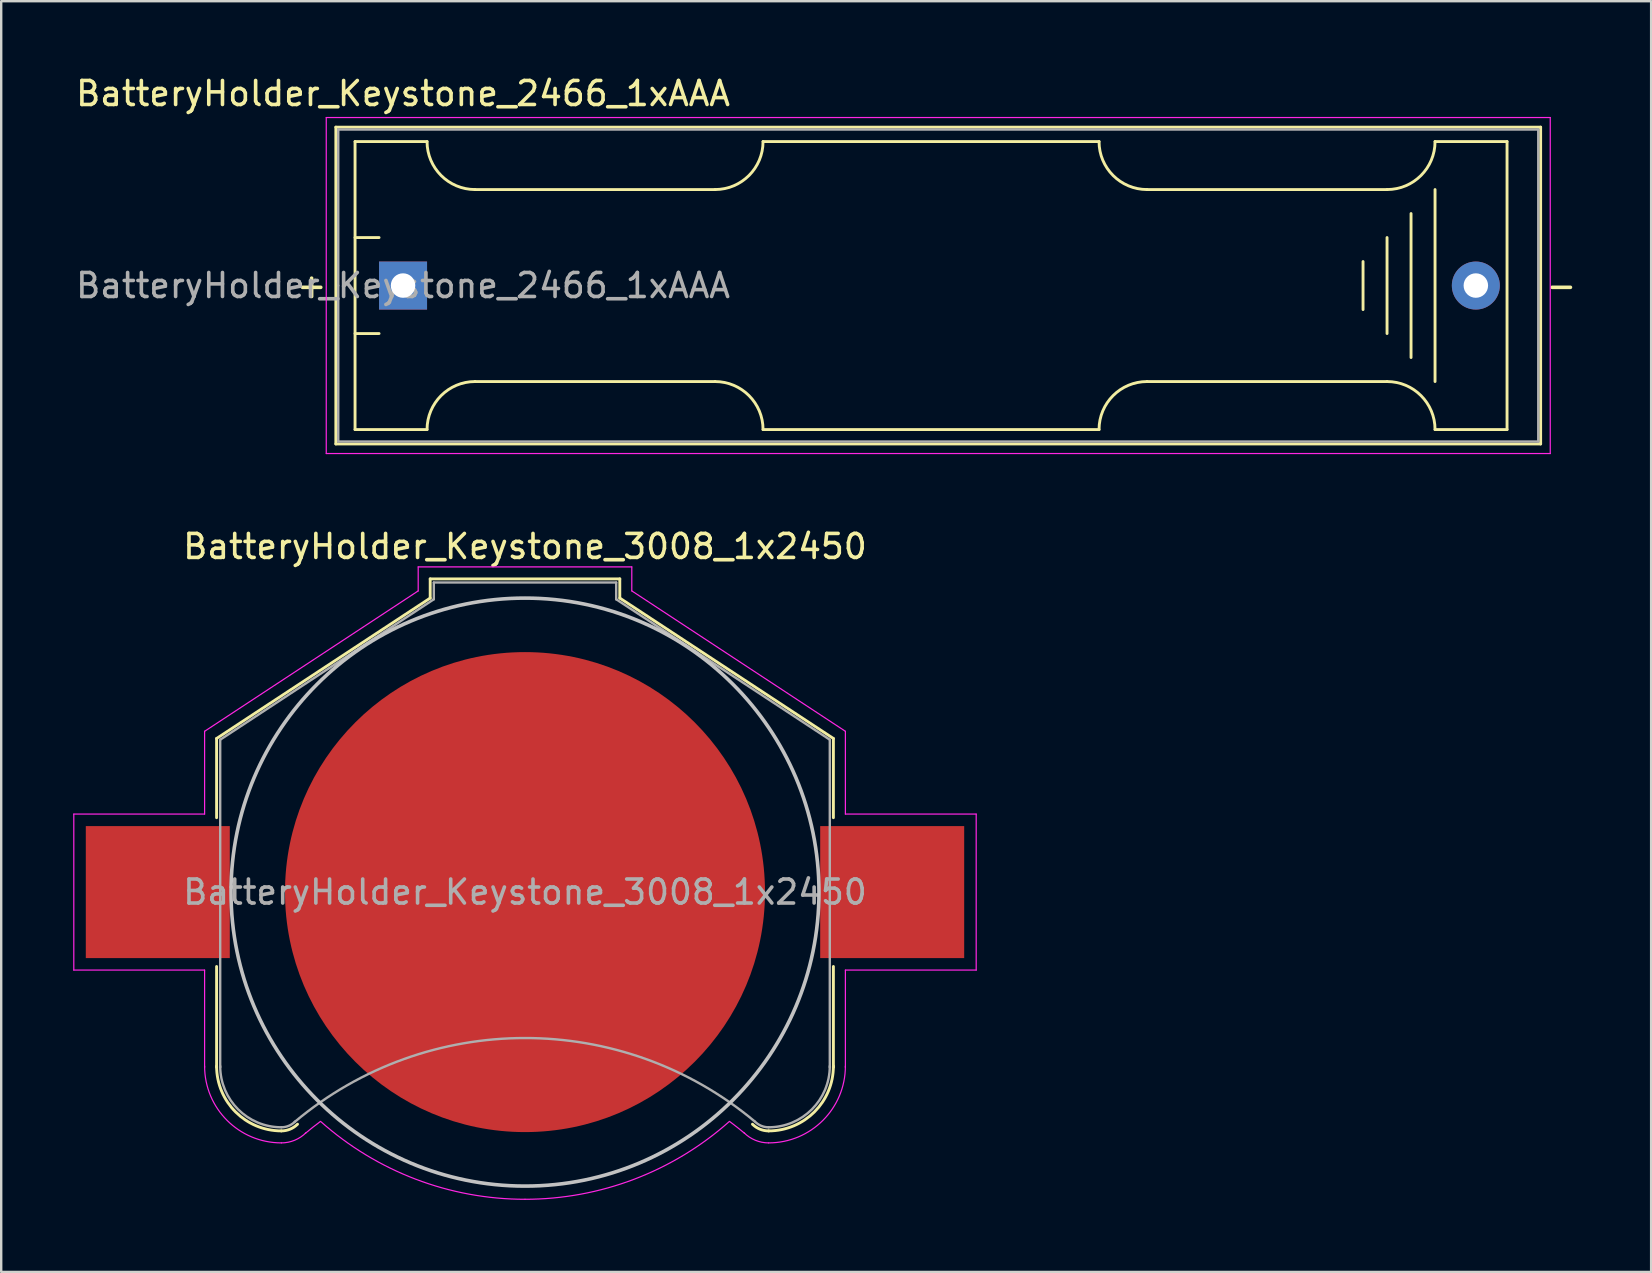
<source format=kicad_pcb>
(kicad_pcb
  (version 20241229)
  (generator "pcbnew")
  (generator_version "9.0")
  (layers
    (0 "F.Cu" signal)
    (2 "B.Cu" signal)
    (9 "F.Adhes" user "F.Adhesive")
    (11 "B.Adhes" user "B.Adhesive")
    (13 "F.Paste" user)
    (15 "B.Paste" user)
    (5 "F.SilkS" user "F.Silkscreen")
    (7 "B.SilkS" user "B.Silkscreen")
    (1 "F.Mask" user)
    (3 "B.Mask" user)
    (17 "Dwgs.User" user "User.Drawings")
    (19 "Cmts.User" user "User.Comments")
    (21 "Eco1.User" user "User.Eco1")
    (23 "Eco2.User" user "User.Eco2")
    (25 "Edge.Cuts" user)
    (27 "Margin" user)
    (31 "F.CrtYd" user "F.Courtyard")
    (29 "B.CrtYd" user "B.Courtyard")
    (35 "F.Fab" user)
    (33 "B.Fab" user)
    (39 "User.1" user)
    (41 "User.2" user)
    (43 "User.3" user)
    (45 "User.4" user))
  (footprint "BatteryHolder_Keystone_3008_1x2450"
    (layer "F.Cu")
    (at 18.825 34.121)
    (property "Reference" "BatteryHolder_Keystone_3008_1x2450" (at 0 -14.4 0) (layer "F.SilkS") (effects (font (size 1 1) (thickness 0.15))))
    (attr smd)
    (fp_line (start -12.85 -6.4) (end -12.85 -3.1) (stroke (width 0.12) (type solid)) (layer "F.SilkS"))
    (fp_line (start -12.85 3.1) (end -12.85 7.3) (stroke (width 0.12) (type solid)) (layer "F.SilkS"))
    (fp_line (start -3.95 -13.05) (end -3.95 -12.25) (stroke (width 0.12) (type solid)) (layer "F.SilkS"))
    (fp_line (start -3.95 -13.05) (end 3.95 -13.05) (stroke (width 0.12) (type solid)) (layer "F.SilkS"))
    (fp_line (start -3.95 -12.25) (end -12.85 -6.4) (stroke (width 0.12) (type solid)) (layer "F.SilkS"))
    (fp_line (start 3.95 -13.05) (end 3.95 -12.25) (stroke (width 0.12) (type solid)) (layer "F.SilkS"))
    (fp_line (start 3.95 -12.25) (end 12.85 -6.4) (stroke (width 0.12) (type solid)) (layer "F.SilkS"))
    (fp_line (start 12.85 -6.4) (end 12.85 -3.1) (stroke (width 0.12) (type solid)) (layer "F.SilkS"))
    (fp_line (start 12.85 3.1) (end 12.85 7.3) (stroke (width 0.12) (type solid)) (layer "F.SilkS"))
    (fp_arc (start -10.15 9.95) (mid -12.059188 9.159188) (end -12.85 7.25) (stroke (width 0.12) (type solid)) (layer "F.SilkS"))
    (fp_arc (start -9.478249 9.671751) (mid -9.786451 9.877685) (end -10.15 9.95) (stroke (width 0.12) (type solid)) (layer "F.SilkS"))
    (fp_arc (start 10.15 9.95) (mid 9.786451 9.877686) (end 9.478249 9.671751) (stroke (width 0.12) (type solid)) (layer "F.SilkS"))
    (fp_arc (start 12.85 7.25) (mid 12.059188 9.159188) (end 10.15 9.95) (stroke (width 0.12) (type solid)) (layer "F.SilkS"))
    (fp_circle (center 0 0) (end 12.25 0) (stroke (width 0.15) (type solid)) (fill no) (layer "Dwgs.User"))
    (fp_line (start -18.8 -3.25) (end -18.8 3.25) (stroke (width 0.05) (type solid)) (layer "F.CrtYd"))
    (fp_line (start -18.8 3.25) (end -13.35 3.25) (stroke (width 0.05) (type solid)) (layer "F.CrtYd"))
    (fp_line (start -13.35 -6.7) (end -13.35 -3.25) (stroke (width 0.05) (type solid)) (layer "F.CrtYd"))
    (fp_line (start -13.35 -3.25) (end -18.8 -3.25) (stroke (width 0.05) (type solid)) (layer "F.CrtYd"))
    (fp_line (start -13.35 3.25) (end -13.35 7.3) (stroke (width 0.05) (type solid)) (layer "F.CrtYd"))
    (fp_line (start -4.45 -13.55) (end -4.45 -12.55) (stroke (width 0.05) (type solid)) (layer "F.CrtYd"))
    (fp_line (start -4.45 -13.55) (end 4.45 -13.55) (stroke (width 0.05) (type solid)) (layer "F.CrtYd"))
    (fp_line (start -4.45 -12.55) (end -13.35 -6.7) (stroke (width 0.05) (type solid)) (layer "F.CrtYd"))
    (fp_line (start 4.45 -13.55) (end 4.45 -12.55) (stroke (width 0.05) (type solid)) (layer "F.CrtYd"))
    (fp_line (start 4.45 -12.55) (end 13.35 -6.7) (stroke (width 0.05) (type solid)) (layer "F.CrtYd"))
    (fp_line (start 13.35 -6.7) (end 13.35 -3.25) (stroke (width 0.05) (type solid)) (layer "F.CrtYd"))
    (fp_line (start 13.35 -3.25) (end 18.8 -3.25) (stroke (width 0.05) (type solid)) (layer "F.CrtYd"))
    (fp_line (start 13.35 3.25) (end 13.35 7.3) (stroke (width 0.05) (type solid)) (layer "F.CrtYd"))
    (fp_line (start 18.8 -3.25) (end 18.8 3.25) (stroke (width 0.05) (type solid)) (layer "F.CrtYd"))
    (fp_line (start 18.8 3.25) (end 13.35 3.25) (stroke (width 0.05) (type solid)) (layer "F.CrtYd"))
    (fp_arc (start -10.15 10.45) (mid -12.412742 9.512742) (end -13.35 7.25) (stroke (width 0.05) (type solid)) (layer "F.CrtYd"))
    (fp_arc (start -9.15 10.05) (mid -8.840691 9.798786) (end -8.524488 9.556307) (stroke (width 0.05) (type solid)) (layer "F.CrtYd"))
    (fp_arc (start -9.124695 10.025305) (mid -9.595109 10.339626) (end -10.15 10.45) (stroke (width 0.05) (type solid)) (layer "F.CrtYd"))
    (fp_arc (start 0 12.8) (mid -4.55581 11.961797) (end -8.514949 9.556969) (stroke (width 0.05) (type solid)) (layer "F.CrtYd"))
    (fp_arc (start 8.514949 9.556969) (mid 4.55581 11.961798) (end 0 12.8) (stroke (width 0.05) (type solid)) (layer "F.CrtYd"))
    (fp_arc (start 8.524488 9.556307) (mid 8.840691 9.798786) (end 9.15 10.05) (stroke (width 0.05) (type solid)) (layer "F.CrtYd"))
    (fp_arc (start 10.15 10.45) (mid 9.595109 10.339625) (end 9.124695 10.025305) (stroke (width 0.05) (type solid)) (layer "F.CrtYd"))
    (fp_arc (start 13.35 7.25) (mid 12.412742 9.512742) (end 10.15 10.45) (stroke (width 0.05) (type solid)) (layer "F.CrtYd"))
    (fp_line (start -12.7 -6.35) (end -12.7 7.3) (stroke (width 0.1) (type solid)) (layer "F.Fab"))
    (fp_line (start -3.8 -12.9) (end -3.8 -12.2) (stroke (width 0.1) (type solid)) (layer "F.Fab"))
    (fp_line (start -3.8 -12.9) (end 3.8 -12.9) (stroke (width 0.1) (type solid)) (layer "F.Fab"))
    (fp_line (start -3.8 -12.2) (end -12.7 -6.35) (stroke (width 0.1) (type solid)) (layer "F.Fab"))
    (fp_line (start 3.8 -12.9) (end 3.8 -12.2) (stroke (width 0.1) (type solid)) (layer "F.Fab"))
    (fp_line (start 3.8 -12.2) (end 12.7 -6.35) (stroke (width 0.1) (type solid)) (layer "F.Fab"))
    (fp_line (start 12.7 -6.35) (end 12.7 7.3) (stroke (width 0.1) (type solid)) (layer "F.Fab"))
    (fp_arc (start -10.15 9.8) (mid -11.953122 9.053122) (end -12.7 7.25) (stroke (width 0.1) (type solid)) (layer "F.Fab"))
    (fp_arc (start -9.6 9.58) (mid -0.013392 6.081011) (end 9.579482 9.562783) (stroke (width 0.1) (type solid)) (layer "F.Fab"))
    (fp_arc (start -9.584315 9.565685) (mid -9.843853 9.739103) (end -10.15 9.8) (stroke (width 0.1) (type solid)) (layer "F.Fab"))
    (fp_arc (start 10.15 9.8) (mid 9.843853 9.739104) (end 9.584315 9.565685) (stroke (width 0.1) (type solid)) (layer "F.Fab"))
    (fp_arc (start 12.7 7.25) (mid 11.953122 9.053122) (end 10.15 9.8) (stroke (width 0.1) (type solid)) (layer "F.Fab"))
    (fp_text user "${REFERENCE}" (at 0 0 0) (layer "F.Fab") (effects (font (size 1 1) (thickness 0.15))))
    (pad "1" smd rect (at -15.3 0) (size 6 5.5) (layers "F.Cu" "F.Mask" "F.Paste"))
    (pad "1" smd rect (at 15.3 0) (size 6 5.5) (layers "F.Cu" "F.Mask" "F.Paste"))
    (pad "2" smd circle (at 0 0) (size 20 20) (layers "F.Cu" "F.Mask")))
  (footprint "BatteryHolder_Keystone_2466_1xAAA"
    (layer "F.Cu")
    (at 13.744 8.848)
    (property "Reference" "BatteryHolder_Keystone_2466_1xAAA" (at 0 -8 180) (layer "F.SilkS") (effects (font (size 1 1) (thickness 0.15))))
    (attr through_hole)
    (fp_line (start -2.8 -6.6) (end -2.8 6.6) (stroke (width 0.12) (type solid)) (layer "F.SilkS"))
    (fp_line (start -2.8 6.6) (end 47.4 6.6) (stroke (width 0.12) (type solid)) (layer "F.SilkS"))
    (fp_line (start -2 -6) (end -2 6) (stroke (width 0.12) (type solid)) (layer "F.SilkS"))
    (fp_line (start -2 -6) (end 1 -6) (stroke (width 0.12) (type solid)) (layer "F.SilkS"))
    (fp_line (start -2 -2) (end -1 -2) (stroke (width 0.12) (type solid)) (layer "F.SilkS"))
    (fp_line (start -2 6) (end 1 6) (stroke (width 0.12) (type solid)) (layer "F.SilkS"))
    (fp_line (start -1 2) (end -2 2) (stroke (width 0.12) (type solid)) (layer "F.SilkS"))
    (fp_line (start 3 -4) (end 13 -4) (stroke (width 0.12) (type solid)) (layer "F.SilkS"))
    (fp_line (start 3 4) (end 13 4) (stroke (width 0.12) (type solid)) (layer "F.SilkS"))
    (fp_line (start 15 6) (end 29 6) (stroke (width 0.12) (type solid)) (layer "F.SilkS"))
    (fp_line (start 29 -6) (end 15 -6) (stroke (width 0.12) (type solid)) (layer "F.SilkS"))
    (fp_line (start 40 -1) (end 40 1) (stroke (width 0.12) (type solid)) (layer "F.SilkS"))
    (fp_line (start 41 -4) (end 31 -4) (stroke (width 0.12) (type solid)) (layer "F.SilkS"))
    (fp_line (start 41 -2) (end 41 2) (stroke (width 0.12) (type solid)) (layer "F.SilkS"))
    (fp_line (start 41 4) (end 31 4) (stroke (width 0.12) (type solid)) (layer "F.SilkS"))
    (fp_line (start 42 3) (end 42 -3) (stroke (width 0.12) (type solid)) (layer "F.SilkS"))
    (fp_line (start 43 -4) (end 43 4) (stroke (width 0.12) (type solid)) (layer "F.SilkS"))
    (fp_line (start 46 -6) (end 43 -6) (stroke (width 0.12) (type solid)) (layer "F.SilkS"))
    (fp_line (start 46 -6) (end 46 6) (stroke (width 0.12) (type solid)) (layer "F.SilkS"))
    (fp_line (start 46 6) (end 43 6) (stroke (width 0.12) (type solid)) (layer "F.SilkS"))
    (fp_line (start 47.4 -6.6) (end -2.8 -6.6) (stroke (width 0.12) (type solid)) (layer "F.SilkS"))
    (fp_line (start 47.4 6.6) (end 47.4 -6.6) (stroke (width 0.12) (type solid)) (layer "F.SilkS"))
    (fp_arc (start 1 6) (mid 1.585786 4.585786) (end 3 4) (stroke (width 0.12) (type solid)) (layer "F.SilkS"))
    (fp_arc (start 3 -4) (mid 1.585786 -4.585786) (end 1 -6) (stroke (width 0.12) (type solid)) (layer "F.SilkS"))
    (fp_arc (start 13 4) (mid 14.414214 4.585786) (end 15 6) (stroke (width 0.12) (type solid)) (layer "F.SilkS"))
    (fp_arc (start 15 -6) (mid 14.414214 -4.585786) (end 13 -4) (stroke (width 0.12) (type solid)) (layer "F.SilkS"))
    (fp_arc (start 29 6) (mid 29.585786 4.585786) (end 31 4) (stroke (width 0.12) (type solid)) (layer "F.SilkS"))
    (fp_arc (start 31 -4) (mid 29.585786 -4.585786) (end 29 -6) (stroke (width 0.12) (type solid)) (layer "F.SilkS"))
    (fp_arc (start 41 4) (mid 42.414214 4.585786) (end 43 6) (stroke (width 0.12) (type solid)) (layer "F.SilkS"))
    (fp_arc (start 43 -6) (mid 42.414214 -4.585786) (end 41 -4) (stroke (width 0.12) (type solid)) (layer "F.SilkS"))
    (fp_line (start -3.2 -7) (end -3.2 7) (stroke (width 0.05) (type solid)) (layer "F.CrtYd"))
    (fp_line (start -3.2 7) (end 47.8 7) (stroke (width 0.05) (type solid)) (layer "F.CrtYd"))
    (fp_line (start 47.8 -7) (end -3.2 -7) (stroke (width 0.05) (type solid)) (layer "F.CrtYd"))
    (fp_line (start 47.8 7) (end 47.8 -7) (stroke (width 0.05) (type solid)) (layer "F.CrtYd"))
    (fp_line (start -2.7 -6.5) (end 47.3 -6.5) (stroke (width 0.1) (type solid)) (layer "F.Fab"))
    (fp_line (start -2.7 0) (end -2.7 -6.5) (stroke (width 0.1) (type solid)) (layer "F.Fab"))
    (fp_line (start -2.7 6.5) (end -2.7 0) (stroke (width 0.1) (type solid)) (layer "F.Fab"))
    (fp_line (start 47.3 -6.5) (end 47.3 6.5) (stroke (width 0.1) (type solid)) (layer "F.Fab"))
    (fp_line (start 47.3 6.5) (end -2.7 6.5) (stroke (width 0.1) (type solid)) (layer "F.Fab"))
    (fp_text user "+" (at -3.81 0 0) (layer "F.SilkS") (effects (font (size 1 1) (thickness 0.15))))
    (fp_text user "-" (at 48.26 0 0) (layer "F.SilkS") (effects (font (size 1 1) (thickness 0.15))))
    (fp_text user "${REFERENCE}" (at 0 0 0) (layer "F.Fab") (effects (font (size 1 1) (thickness 0.15))))
    (pad "1" thru_hole rect (at 0 0) (size 2 2) (drill 1.02) (layers "*.Cu" "*.Mask"))
    (pad "2" thru_hole circle (at 44.7 0) (size 2 2) (drill 1.02) (layers "*.Cu" "*.Mask")))
  (gr_rect
    (start -3 -3)
    (end 65.748 49.947)
    (stroke (width 0.1) (type default))
    (fill no)
    (layer "Edge.Cuts")))
</source>
